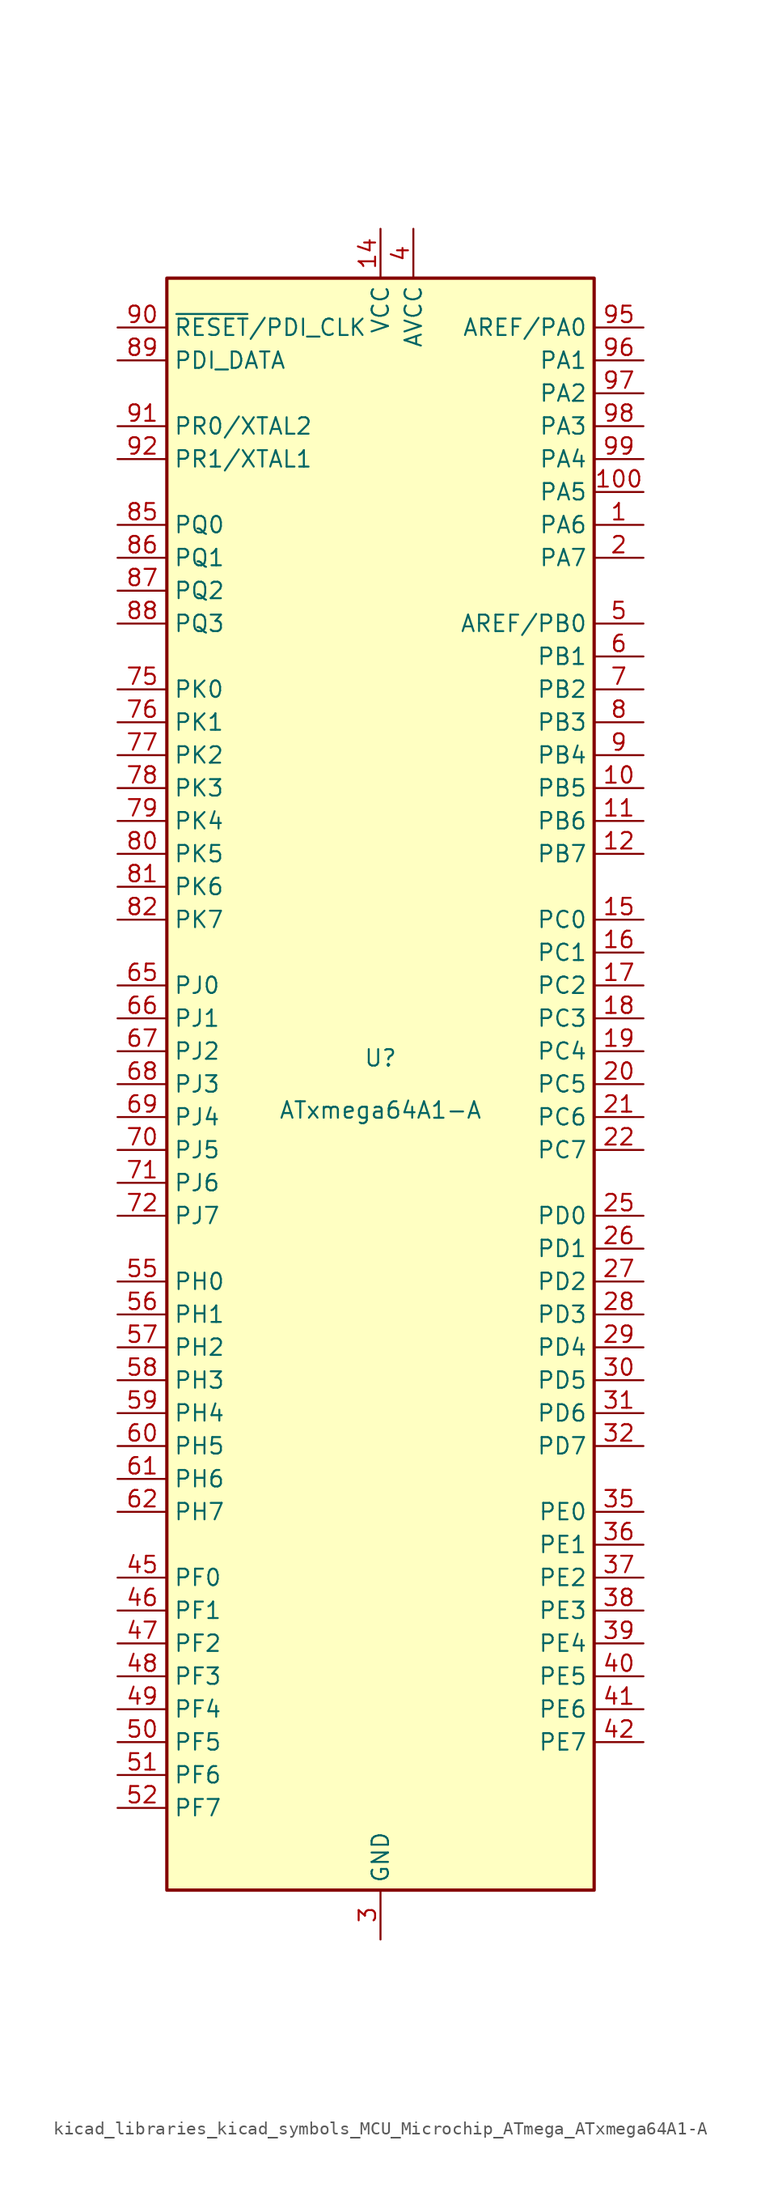
<source format=kicad_sym>
(kicad_symbol_lib
  (version 20220914)
  (generator kicad_symbol_editor)
  (symbol "kicad_libraries_kicad_symbols_MCU_Microchip_ATmega_ATxmega64A1-A"
    (property "Reference" "U"
      (at 0 1.27 0)
      (effects (font (size 1.27 1.27)) (justify bottom)))
    (property "Value" "ATxmega64A1-A"
      (at 0 -1.27 0)
      (effects (font (size 1.27 1.27)) (justify top)))
    (symbol "kicad_libraries_kicad_symbols_MCU_Microchip_ATmega_ATxmega64A1-A_0_1"
      (rectangle (start -16.51 -62.23) (end 16.51 62.23) (stroke (width 0.254) (type default)) (fill (type background))))
    (symbol "kicad_libraries_kicad_symbols_MCU_Microchip_ATmega_ATxmega64A1-A_1_1"
      (pin bidirectional line (at 20.32 43.18 180) (length 3.81) (name "PA6" (effects (font (size 1.27 1.27)))) (number "1" (effects (font (size 1.27 1.27)))))
      (pin bidirectional line (at 20.32 22.86 180) (length 3.81) (name "PB5" (effects (font (size 1.27 1.27)))) (number "10" (effects (font (size 1.27 1.27)))))
      (pin bidirectional line (at 20.32 45.72 180) (length 3.81) (name "PA5" (effects (font (size 1.27 1.27)))) (number "100" (effects (font (size 1.27 1.27)))))
      (pin bidirectional line (at 20.32 20.32 180) (length 3.81) (name "PB6" (effects (font (size 1.27 1.27)))) (number "11" (effects (font (size 1.27 1.27)))))
      (pin bidirectional line (at 20.32 17.78 180) (length 3.81) (name "PB7" (effects (font (size 1.27 1.27)))) (number "12" (effects (font (size 1.27 1.27)))))
      (pin passive line (at 0 -66.04 90) (length 3.81) hide (name "GND" (effects (font (size 1.27 1.27)))) (number "13" (effects (font (size 1.27 1.27)))))
      (pin power_in line (at 0 66.04 270) (length 3.81) (name "VCC" (effects (font (size 1.27 1.27)))) (number "14" (effects (font (size 1.27 1.27)))))
      (pin bidirectional line (at 20.32 12.7 180) (length 3.81) (name "PC0" (effects (font (size 1.27 1.27)))) (number "15" (effects (font (size 1.27 1.27)))))
      (pin bidirectional line (at 20.32 10.16 180) (length 3.81) (name "PC1" (effects (font (size 1.27 1.27)))) (number "16" (effects (font (size 1.27 1.27)))))
      (pin bidirectional line (at 20.32 7.62 180) (length 3.81) (name "PC2" (effects (font (size 1.27 1.27)))) (number "17" (effects (font (size 1.27 1.27)))))
      (pin bidirectional line (at 20.32 5.08 180) (length 3.81) (name "PC3" (effects (font (size 1.27 1.27)))) (number "18" (effects (font (size 1.27 1.27)))))
      (pin bidirectional line (at 20.32 2.54 180) (length 3.81) (name "PC4" (effects (font (size 1.27 1.27)))) (number "19" (effects (font (size 1.27 1.27)))))
      (pin bidirectional line (at 20.32 40.64 180) (length 3.81) (name "PA7" (effects (font (size 1.27 1.27)))) (number "2" (effects (font (size 1.27 1.27)))))
      (pin bidirectional line (at 20.32 0 180) (length 3.81) (name "PC5" (effects (font (size 1.27 1.27)))) (number "20" (effects (font (size 1.27 1.27)))))
      (pin bidirectional line (at 20.32 -2.54 180) (length 3.81) (name "PC6" (effects (font (size 1.27 1.27)))) (number "21" (effects (font (size 1.27 1.27)))))
      (pin bidirectional line (at 20.32 -5.08 180) (length 3.81) (name "PC7" (effects (font (size 1.27 1.27)))) (number "22" (effects (font (size 1.27 1.27)))))
      (pin passive line (at 0 -66.04 90) (length 3.81) hide (name "GND" (effects (font (size 1.27 1.27)))) (number "23" (effects (font (size 1.27 1.27)))))
      (pin passive line (at 0 66.04 270) (length 3.81) hide (name "VCC" (effects (font (size 1.27 1.27)))) (number "24" (effects (font (size 1.27 1.27)))))
      (pin bidirectional line (at 20.32 -10.16 180) (length 3.81) (name "PD0" (effects (font (size 1.27 1.27)))) (number "25" (effects (font (size 1.27 1.27)))))
      (pin bidirectional line (at 20.32 -12.7 180) (length 3.81) (name "PD1" (effects (font (size 1.27 1.27)))) (number "26" (effects (font (size 1.27 1.27)))))
      (pin bidirectional line (at 20.32 -15.24 180) (length 3.81) (name "PD2" (effects (font (size 1.27 1.27)))) (number "27" (effects (font (size 1.27 1.27)))))
      (pin bidirectional line (at 20.32 -17.78 180) (length 3.81) (name "PD3" (effects (font (size 1.27 1.27)))) (number "28" (effects (font (size 1.27 1.27)))))
      (pin bidirectional line (at 20.32 -20.32 180) (length 3.81) (name "PD4" (effects (font (size 1.27 1.27)))) (number "29" (effects (font (size 1.27 1.27)))))
      (pin power_in line (at 0 -66.04 90) (length 3.81) (name "GND" (effects (font (size 1.27 1.27)))) (number "3" (effects (font (size 1.27 1.27)))))
      (pin bidirectional line (at 20.32 -22.86 180) (length 3.81) (name "PD5" (effects (font (size 1.27 1.27)))) (number "30" (effects (font (size 1.27 1.27)))))
      (pin bidirectional line (at 20.32 -25.4 180) (length 3.81) (name "PD6" (effects (font (size 1.27 1.27)))) (number "31" (effects (font (size 1.27 1.27)))))
      (pin bidirectional line (at 20.32 -27.94 180) (length 3.81) (name "PD7" (effects (font (size 1.27 1.27)))) (number "32" (effects (font (size 1.27 1.27)))))
      (pin passive line (at 0 -66.04 90) (length 3.81) hide (name "GND" (effects (font (size 1.27 1.27)))) (number "33" (effects (font (size 1.27 1.27)))))
      (pin passive line (at 0 66.04 270) (length 3.81) hide (name "VCC" (effects (font (size 1.27 1.27)))) (number "34" (effects (font (size 1.27 1.27)))))
      (pin bidirectional line (at 20.32 -33.02 180) (length 3.81) (name "PE0" (effects (font (size 1.27 1.27)))) (number "35" (effects (font (size 1.27 1.27)))))
      (pin bidirectional line (at 20.32 -35.56 180) (length 3.81) (name "PE1" (effects (font (size 1.27 1.27)))) (number "36" (effects (font (size 1.27 1.27)))))
      (pin bidirectional line (at 20.32 -38.1 180) (length 3.81) (name "PE2" (effects (font (size 1.27 1.27)))) (number "37" (effects (font (size 1.27 1.27)))))
      (pin bidirectional line (at 20.32 -40.64 180) (length 3.81) (name "PE3" (effects (font (size 1.27 1.27)))) (number "38" (effects (font (size 1.27 1.27)))))
      (pin bidirectional line (at 20.32 -43.18 180) (length 3.81) (name "PE4" (effects (font (size 1.27 1.27)))) (number "39" (effects (font (size 1.27 1.27)))))
      (pin power_in line (at 2.54 66.04 270) (length 3.81) (name "AVCC" (effects (font (size 1.27 1.27)))) (number "4" (effects (font (size 1.27 1.27)))))
      (pin bidirectional line (at 20.32 -45.72 180) (length 3.81) (name "PE5" (effects (font (size 1.27 1.27)))) (number "40" (effects (font (size 1.27 1.27)))))
      (pin bidirectional line (at 20.32 -48.26 180) (length 3.81) (name "PE6" (effects (font (size 1.27 1.27)))) (number "41" (effects (font (size 1.27 1.27)))))
      (pin bidirectional line (at 20.32 -50.8 180) (length 3.81) (name "PE7" (effects (font (size 1.27 1.27)))) (number "42" (effects (font (size 1.27 1.27)))))
      (pin passive line (at 0 -66.04 90) (length 3.81) hide (name "GND" (effects (font (size 1.27 1.27)))) (number "43" (effects (font (size 1.27 1.27)))))
      (pin passive line (at 0 66.04 270) (length 3.81) hide (name "VCC" (effects (font (size 1.27 1.27)))) (number "44" (effects (font (size 1.27 1.27)))))
      (pin bidirectional line (at -20.32 -38.1 0) (length 3.81) (name "PF0" (effects (font (size 1.27 1.27)))) (number "45" (effects (font (size 1.27 1.27)))))
      (pin bidirectional line (at -20.32 -40.64 0) (length 3.81) (name "PF1" (effects (font (size 1.27 1.27)))) (number "46" (effects (font (size 1.27 1.27)))))
      (pin bidirectional line (at -20.32 -43.18 0) (length 3.81) (name "PF2" (effects (font (size 1.27 1.27)))) (number "47" (effects (font (size 1.27 1.27)))))
      (pin bidirectional line (at -20.32 -45.72 0) (length 3.81) (name "PF3" (effects (font (size 1.27 1.27)))) (number "48" (effects (font (size 1.27 1.27)))))
      (pin bidirectional line (at -20.32 -48.26 0) (length 3.81) (name "PF4" (effects (font (size 1.27 1.27)))) (number "49" (effects (font (size 1.27 1.27)))))
      (pin bidirectional line (at 20.32 35.56 180) (length 3.81) (name "AREF/PB0" (effects (font (size 1.27 1.27)))) (number "5" (effects (font (size 1.27 1.27)))))
      (pin bidirectional line (at -20.32 -50.8 0) (length 3.81) (name "PF5" (effects (font (size 1.27 1.27)))) (number "50" (effects (font (size 1.27 1.27)))))
      (pin bidirectional line (at -20.32 -53.34 0) (length 3.81) (name "PF6" (effects (font (size 1.27 1.27)))) (number "51" (effects (font (size 1.27 1.27)))))
      (pin bidirectional line (at -20.32 -55.88 0) (length 3.81) (name "PF7" (effects (font (size 1.27 1.27)))) (number "52" (effects (font (size 1.27 1.27)))))
      (pin passive line (at 0 -66.04 90) (length 3.81) hide (name "GND" (effects (font (size 1.27 1.27)))) (number "53" (effects (font (size 1.27 1.27)))))
      (pin passive line (at 0 66.04 270) (length 3.81) hide (name "VCC" (effects (font (size 1.27 1.27)))) (number "54" (effects (font (size 1.27 1.27)))))
      (pin bidirectional line (at -20.32 -15.24 0) (length 3.81) (name "PH0" (effects (font (size 1.27 1.27)))) (number "55" (effects (font (size 1.27 1.27)))))
      (pin bidirectional line (at -20.32 -17.78 0) (length 3.81) (name "PH1" (effects (font (size 1.27 1.27)))) (number "56" (effects (font (size 1.27 1.27)))))
      (pin bidirectional line (at -20.32 -20.32 0) (length 3.81) (name "PH2" (effects (font (size 1.27 1.27)))) (number "57" (effects (font (size 1.27 1.27)))))
      (pin bidirectional line (at -20.32 -22.86 0) (length 3.81) (name "PH3" (effects (font (size 1.27 1.27)))) (number "58" (effects (font (size 1.27 1.27)))))
      (pin bidirectional line (at -20.32 -25.4 0) (length 3.81) (name "PH4" (effects (font (size 1.27 1.27)))) (number "59" (effects (font (size 1.27 1.27)))))
      (pin bidirectional line (at 20.32 33.02 180) (length 3.81) (name "PB1" (effects (font (size 1.27 1.27)))) (number "6" (effects (font (size 1.27 1.27)))))
      (pin bidirectional line (at -20.32 -27.94 0) (length 3.81) (name "PH5" (effects (font (size 1.27 1.27)))) (number "60" (effects (font (size 1.27 1.27)))))
      (pin bidirectional line (at -20.32 -30.48 0) (length 3.81) (name "PH6" (effects (font (size 1.27 1.27)))) (number "61" (effects (font (size 1.27 1.27)))))
      (pin bidirectional line (at -20.32 -33.02 0) (length 3.81) (name "PH7" (effects (font (size 1.27 1.27)))) (number "62" (effects (font (size 1.27 1.27)))))
      (pin passive line (at 0 -66.04 90) (length 3.81) hide (name "GND" (effects (font (size 1.27 1.27)))) (number "63" (effects (font (size 1.27 1.27)))))
      (pin passive line (at 0 66.04 270) (length 3.81) hide (name "VCC" (effects (font (size 1.27 1.27)))) (number "64" (effects (font (size 1.27 1.27)))))
      (pin bidirectional line (at -20.32 7.62 0) (length 3.81) (name "PJ0" (effects (font (size 1.27 1.27)))) (number "65" (effects (font (size 1.27 1.27)))))
      (pin bidirectional line (at -20.32 5.08 0) (length 3.81) (name "PJ1" (effects (font (size 1.27 1.27)))) (number "66" (effects (font (size 1.27 1.27)))))
      (pin bidirectional line (at -20.32 2.54 0) (length 3.81) (name "PJ2" (effects (font (size 1.27 1.27)))) (number "67" (effects (font (size 1.27 1.27)))))
      (pin bidirectional line (at -20.32 0 0) (length 3.81) (name "PJ3" (effects (font (size 1.27 1.27)))) (number "68" (effects (font (size 1.27 1.27)))))
      (pin bidirectional line (at -20.32 -2.54 0) (length 3.81) (name "PJ4" (effects (font (size 1.27 1.27)))) (number "69" (effects (font (size 1.27 1.27)))))
      (pin bidirectional line (at 20.32 30.48 180) (length 3.81) (name "PB2" (effects (font (size 1.27 1.27)))) (number "7" (effects (font (size 1.27 1.27)))))
      (pin bidirectional line (at -20.32 -5.08 0) (length 3.81) (name "PJ5" (effects (font (size 1.27 1.27)))) (number "70" (effects (font (size 1.27 1.27)))))
      (pin bidirectional line (at -20.32 -7.62 0) (length 3.81) (name "PJ6" (effects (font (size 1.27 1.27)))) (number "71" (effects (font (size 1.27 1.27)))))
      (pin bidirectional line (at -20.32 -10.16 0) (length 3.81) (name "PJ7" (effects (font (size 1.27 1.27)))) (number "72" (effects (font (size 1.27 1.27)))))
      (pin passive line (at 0 -66.04 90) (length 3.81) hide (name "GND" (effects (font (size 1.27 1.27)))) (number "73" (effects (font (size 1.27 1.27)))))
      (pin passive line (at 0 66.04 270) (length 3.81) hide (name "VCC" (effects (font (size 1.27 1.27)))) (number "74" (effects (font (size 1.27 1.27)))))
      (pin bidirectional line (at -20.32 30.48 0) (length 3.81) (name "PK0" (effects (font (size 1.27 1.27)))) (number "75" (effects (font (size 1.27 1.27)))))
      (pin bidirectional line (at -20.32 27.94 0) (length 3.81) (name "PK1" (effects (font (size 1.27 1.27)))) (number "76" (effects (font (size 1.27 1.27)))))
      (pin bidirectional line (at -20.32 25.4 0) (length 3.81) (name "PK2" (effects (font (size 1.27 1.27)))) (number "77" (effects (font (size 1.27 1.27)))))
      (pin bidirectional line (at -20.32 22.86 0) (length 3.81) (name "PK3" (effects (font (size 1.27 1.27)))) (number "78" (effects (font (size 1.27 1.27)))))
      (pin bidirectional line (at -20.32 20.32 0) (length 3.81) (name "PK4" (effects (font (size 1.27 1.27)))) (number "79" (effects (font (size 1.27 1.27)))))
      (pin bidirectional line (at 20.32 27.94 180) (length 3.81) (name "PB3" (effects (font (size 1.27 1.27)))) (number "8" (effects (font (size 1.27 1.27)))))
      (pin bidirectional line (at -20.32 17.78 0) (length 3.81) (name "PK5" (effects (font (size 1.27 1.27)))) (number "80" (effects (font (size 1.27 1.27)))))
      (pin bidirectional line (at -20.32 15.24 0) (length 3.81) (name "PK6" (effects (font (size 1.27 1.27)))) (number "81" (effects (font (size 1.27 1.27)))))
      (pin bidirectional line (at -20.32 12.7 0) (length 3.81) (name "PK7" (effects (font (size 1.27 1.27)))) (number "82" (effects (font (size 1.27 1.27)))))
      (pin passive line (at 0 66.04 270) (length 3.81) hide (name "VCC" (effects (font (size 1.27 1.27)))) (number "83" (effects (font (size 1.27 1.27)))))
      (pin passive line (at 0 -66.04 90) (length 3.81) hide (name "GND" (effects (font (size 1.27 1.27)))) (number "84" (effects (font (size 1.27 1.27)))))
      (pin bidirectional line (at -20.32 43.18 0) (length 3.81) (name "PQ0" (effects (font (size 1.27 1.27)))) (number "85" (effects (font (size 1.27 1.27)))))
      (pin bidirectional line (at -20.32 40.64 0) (length 3.81) (name "PQ1" (effects (font (size 1.27 1.27)))) (number "86" (effects (font (size 1.27 1.27)))))
      (pin bidirectional line (at -20.32 38.1 0) (length 3.81) (name "PQ2" (effects (font (size 1.27 1.27)))) (number "87" (effects (font (size 1.27 1.27)))))
      (pin bidirectional line (at -20.32 35.56 0) (length 3.81) (name "PQ3" (effects (font (size 1.27 1.27)))) (number "88" (effects (font (size 1.27 1.27)))))
      (pin bidirectional line (at -20.32 55.88 0) (length 3.81) (name "PDI_DATA" (effects (font (size 1.27 1.27)))) (number "89" (effects (font (size 1.27 1.27)))))
      (pin bidirectional line (at 20.32 25.4 180) (length 3.81) (name "PB4" (effects (font (size 1.27 1.27)))) (number "9" (effects (font (size 1.27 1.27)))))
      (pin input line (at -20.32 58.42 0) (length 3.81) (name "~{RESET}/PDI_CLK" (effects (font (size 1.27 1.27)))) (number "90" (effects (font (size 1.27 1.27)))))
      (pin bidirectional line (at -20.32 50.8 0) (length 3.81) (name "PR0/XTAL2" (effects (font (size 1.27 1.27)))) (number "91" (effects (font (size 1.27 1.27)))))
      (pin bidirectional line (at -20.32 48.26 0) (length 3.81) (name "PR1/XTAL1" (effects (font (size 1.27 1.27)))) (number "92" (effects (font (size 1.27 1.27)))))
      (pin passive line (at 0 -66.04 90) (length 3.81) hide (name "GND" (effects (font (size 1.27 1.27)))) (number "93" (effects (font (size 1.27 1.27)))))
      (pin passive line (at 2.54 66.04 270) (length 3.81) hide (name "AVCC" (effects (font (size 1.27 1.27)))) (number "94" (effects (font (size 1.27 1.27)))))
      (pin bidirectional line (at 20.32 58.42 180) (length 3.81) (name "AREF/PA0" (effects (font (size 1.27 1.27)))) (number "95" (effects (font (size 1.27 1.27)))))
      (pin bidirectional line (at 20.32 55.88 180) (length 3.81) (name "PA1" (effects (font (size 1.27 1.27)))) (number "96" (effects (font (size 1.27 1.27)))))
      (pin bidirectional line (at 20.32 53.34 180) (length 3.81) (name "PA2" (effects (font (size 1.27 1.27)))) (number "97" (effects (font (size 1.27 1.27)))))
      (pin bidirectional line (at 20.32 50.8 180) (length 3.81) (name "PA3" (effects (font (size 1.27 1.27)))) (number "98" (effects (font (size 1.27 1.27)))))
      (pin bidirectional line (at 20.32 48.26 180) (length 3.81) (name "PA4" (effects (font (size 1.27 1.27)))) (number "99" (effects (font (size 1.27 1.27))))))))
</source>
